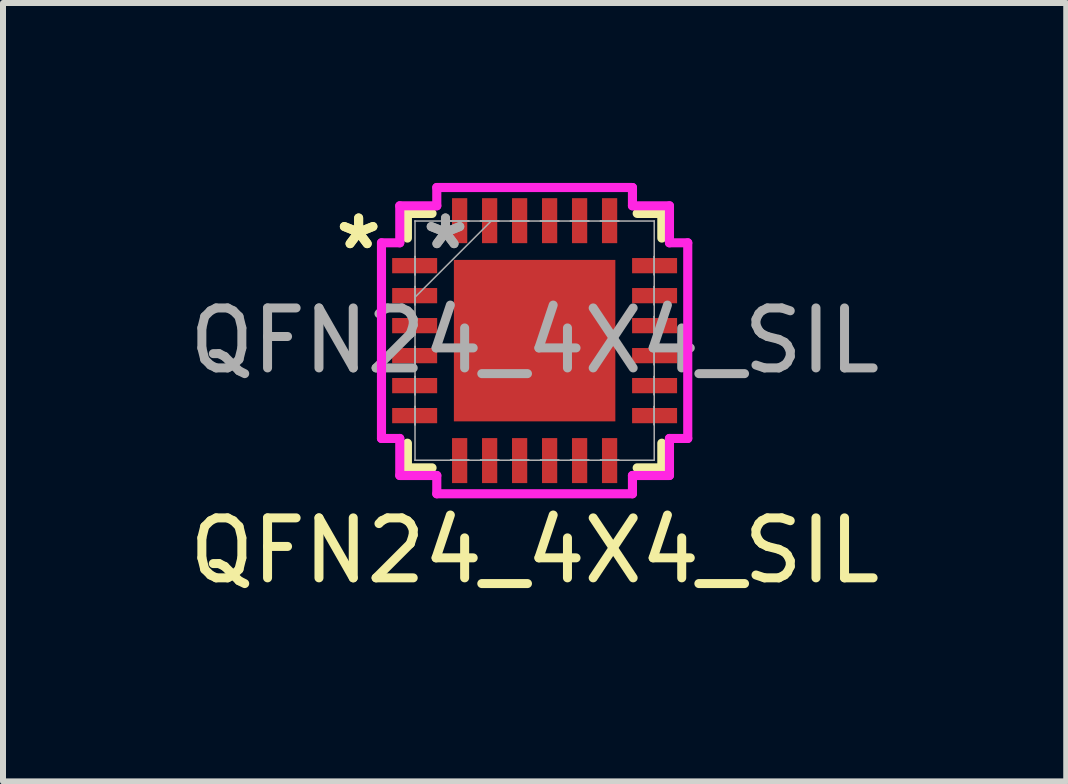
<source format=kicad_pcb>
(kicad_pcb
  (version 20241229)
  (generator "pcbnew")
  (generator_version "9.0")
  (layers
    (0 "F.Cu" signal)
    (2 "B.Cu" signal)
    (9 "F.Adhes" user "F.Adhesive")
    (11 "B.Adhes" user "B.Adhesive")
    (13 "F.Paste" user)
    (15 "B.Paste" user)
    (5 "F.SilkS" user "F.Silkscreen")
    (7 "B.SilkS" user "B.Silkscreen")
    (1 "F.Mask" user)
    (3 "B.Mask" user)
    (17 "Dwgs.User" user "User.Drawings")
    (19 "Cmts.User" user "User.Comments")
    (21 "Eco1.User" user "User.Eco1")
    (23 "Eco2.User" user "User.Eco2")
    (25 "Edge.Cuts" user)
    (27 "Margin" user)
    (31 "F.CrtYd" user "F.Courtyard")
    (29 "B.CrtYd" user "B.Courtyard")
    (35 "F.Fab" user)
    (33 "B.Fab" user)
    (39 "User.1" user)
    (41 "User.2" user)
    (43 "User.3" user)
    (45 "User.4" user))
  (footprint "QFN24_4X4_SIL"
    (layer "F.Cu")
    (at 5.863 2.629)
    (property "Reference" "QFN24_4X4_SIL" (at 0 3.5 0) (unlocked yes) (layer "F.SilkS") (effects (font (size 1 1) (thickness 0.15))))
    (attr smd)
    (fp_line (start -2.121 -2.121) (end -2.121 -1.71) (stroke (width 0.152) (type solid)) (layer "F.SilkS"))
    (fp_line (start -2.121 1.71) (end -2.121 2.121) (stroke (width 0.152) (type solid)) (layer "F.SilkS"))
    (fp_line (start -2.121 2.121) (end -1.71 2.121) (stroke (width 0.152) (type solid)) (layer "F.SilkS"))
    (fp_line (start -1.71 -2.121) (end -2.121 -2.121) (stroke (width 0.152) (type solid)) (layer "F.SilkS"))
    (fp_line (start 1.71 2.121) (end 2.121 2.121) (stroke (width 0.152) (type solid)) (layer "F.SilkS"))
    (fp_line (start 2.121 -2.121) (end 1.71 -2.121) (stroke (width 0.152) (type solid)) (layer "F.SilkS"))
    (fp_line (start 2.121 -1.71) (end 2.121 -2.121) (stroke (width 0.152) (type solid)) (layer "F.SilkS"))
    (fp_line (start 2.121 2.121) (end 2.121 1.71) (stroke (width 0.152) (type solid)) (layer "F.SilkS"))
    (fp_poly (pts (xy -1.246 -1.246) (xy -1.246 -0.1) (xy -0.1 -0.1) (xy -0.1 -1.246)) (stroke (width 0) (type solid)) (fill yes) (layer "F.Paste"))
    (fp_poly (pts (xy -1.246 0.1) (xy -1.246 1.246) (xy -0.1 1.246) (xy -0.1 0.1)) (stroke (width 0) (type solid)) (fill yes) (layer "F.Paste"))
    (fp_poly (pts (xy 0.1 -1.246) (xy 0.1 -0.1) (xy 1.246 -0.1) (xy 1.246 -1.246)) (stroke (width 0) (type solid)) (fill yes) (layer "F.Paste"))
    (fp_poly (pts (xy 0.1 0.1) (xy 0.1 1.246) (xy 1.246 1.246) (xy 1.246 0.1)) (stroke (width 0) (type solid)) (fill yes) (layer "F.Paste"))
    (fp_line (start -2.553 -1.631) (end -2.248 -1.631) (stroke (width 0.152) (type solid)) (layer "F.CrtYd"))
    (fp_line (start -2.553 1.631) (end -2.553 -1.631) (stroke (width 0.152) (type solid)) (layer "F.CrtYd"))
    (fp_line (start -2.248 -2.248) (end -1.631 -2.248) (stroke (width 0.152) (type solid)) (layer "F.CrtYd"))
    (fp_line (start -2.248 -1.631) (end -2.248 -2.248) (stroke (width 0.152) (type solid)) (layer "F.CrtYd"))
    (fp_line (start -2.248 1.631) (end -2.553 1.631) (stroke (width 0.152) (type solid)) (layer "F.CrtYd"))
    (fp_line (start -2.248 2.248) (end -2.248 1.631) (stroke (width 0.152) (type solid)) (layer "F.CrtYd"))
    (fp_line (start -1.631 -2.553) (end 1.631 -2.553) (stroke (width 0.152) (type solid)) (layer "F.CrtYd"))
    (fp_line (start -1.631 -2.248) (end -1.631 -2.553) (stroke (width 0.152) (type solid)) (layer "F.CrtYd"))
    (fp_line (start -1.631 2.248) (end -2.248 2.248) (stroke (width 0.152) (type solid)) (layer "F.CrtYd"))
    (fp_line (start -1.631 2.553) (end -1.631 2.248) (stroke (width 0.152) (type solid)) (layer "F.CrtYd"))
    (fp_line (start 1.631 -2.553) (end 1.631 -2.248) (stroke (width 0.152) (type solid)) (layer "F.CrtYd"))
    (fp_line (start 1.631 -2.248) (end 2.248 -2.248) (stroke (width 0.152) (type solid)) (layer "F.CrtYd"))
    (fp_line (start 1.631 2.248) (end 1.631 2.553) (stroke (width 0.152) (type solid)) (layer "F.CrtYd"))
    (fp_line (start 1.631 2.553) (end -1.631 2.553) (stroke (width 0.152) (type solid)) (layer "F.CrtYd"))
    (fp_line (start 2.248 -2.248) (end 2.248 -1.631) (stroke (width 0.152) (type solid)) (layer "F.CrtYd"))
    (fp_line (start 2.248 -1.631) (end 2.553 -1.631) (stroke (width 0.152) (type solid)) (layer "F.CrtYd"))
    (fp_line (start 2.248 1.631) (end 2.248 2.248) (stroke (width 0.152) (type solid)) (layer "F.CrtYd"))
    (fp_line (start 2.248 2.248) (end 1.631 2.248) (stroke (width 0.152) (type solid)) (layer "F.CrtYd"))
    (fp_line (start 2.553 -1.631) (end 2.553 1.631) (stroke (width 0.152) (type solid)) (layer "F.CrtYd"))
    (fp_line (start 2.553 1.631) (end 2.248 1.631) (stroke (width 0.152) (type solid)) (layer "F.CrtYd"))
    (fp_line (start -1.994 -1.994) (end -1.994 -1.994) (stroke (width 0.025) (type solid)) (layer "F.Fab"))
    (fp_line (start -1.994 -1.994) (end -1.994 1.994) (stroke (width 0.025) (type solid)) (layer "F.Fab"))
    (fp_line (start -1.994 -1.402) (end -1.994 -1.402) (stroke (width 0.025) (type solid)) (layer "F.Fab"))
    (fp_line (start -1.994 -1.402) (end -1.994 -1.098) (stroke (width 0.025) (type solid)) (layer "F.Fab"))
    (fp_line (start -1.994 -1.098) (end -1.994 -1.402) (stroke (width 0.025) (type solid)) (layer "F.Fab"))
    (fp_line (start -1.994 -1.098) (end -1.994 -1.098) (stroke (width 0.025) (type solid)) (layer "F.Fab"))
    (fp_line (start -1.994 -0.902) (end -1.994 -0.902) (stroke (width 0.025) (type solid)) (layer "F.Fab"))
    (fp_line (start -1.994 -0.902) (end -1.994 -0.598) (stroke (width 0.025) (type solid)) (layer "F.Fab"))
    (fp_line (start -1.994 -0.724) (end -0.724 -1.994) (stroke (width 0.025) (type solid)) (layer "F.Fab"))
    (fp_line (start -1.994 -0.598) (end -1.994 -0.902) (stroke (width 0.025) (type solid)) (layer "F.Fab"))
    (fp_line (start -1.994 -0.598) (end -1.994 -0.598) (stroke (width 0.025) (type solid)) (layer "F.Fab"))
    (fp_line (start -1.994 -0.402) (end -1.994 -0.402) (stroke (width 0.025) (type solid)) (layer "F.Fab"))
    (fp_line (start -1.994 -0.402) (end -1.994 -0.098) (stroke (width 0.025) (type solid)) (layer "F.Fab"))
    (fp_line (start -1.994 -0.098) (end -1.994 -0.402) (stroke (width 0.025) (type solid)) (layer "F.Fab"))
    (fp_line (start -1.994 -0.098) (end -1.994 -0.098) (stroke (width 0.025) (type solid)) (layer "F.Fab"))
    (fp_line (start -1.994 0.098) (end -1.994 0.098) (stroke (width 0.025) (type solid)) (layer "F.Fab"))
    (fp_line (start -1.994 0.098) (end -1.994 0.402) (stroke (width 0.025) (type solid)) (layer "F.Fab"))
    (fp_line (start -1.994 0.402) (end -1.994 0.098) (stroke (width 0.025) (type solid)) (layer "F.Fab"))
    (fp_line (start -1.994 0.402) (end -1.994 0.402) (stroke (width 0.025) (type solid)) (layer "F.Fab"))
    (fp_line (start -1.994 0.598) (end -1.994 0.598) (stroke (width 0.025) (type solid)) (layer "F.Fab"))
    (fp_line (start -1.994 0.598) (end -1.994 0.902) (stroke (width 0.025) (type solid)) (layer "F.Fab"))
    (fp_line (start -1.994 0.902) (end -1.994 0.598) (stroke (width 0.025) (type solid)) (layer "F.Fab"))
    (fp_line (start -1.994 0.902) (end -1.994 0.902) (stroke (width 0.025) (type solid)) (layer "F.Fab"))
    (fp_line (start -1.994 1.098) (end -1.994 1.098) (stroke (width 0.025) (type solid)) (layer "F.Fab"))
    (fp_line (start -1.994 1.098) (end -1.994 1.402) (stroke (width 0.025) (type solid)) (layer "F.Fab"))
    (fp_line (start -1.994 1.402) (end -1.994 1.098) (stroke (width 0.025) (type solid)) (layer "F.Fab"))
    (fp_line (start -1.994 1.402) (end -1.994 1.402) (stroke (width 0.025) (type solid)) (layer "F.Fab"))
    (fp_line (start -1.994 1.994) (end -1.994 1.994) (stroke (width 0.025) (type solid)) (layer "F.Fab"))
    (fp_line (start -1.994 1.994) (end 1.994 1.994) (stroke (width 0.025) (type solid)) (layer "F.Fab"))
    (fp_line (start -1.402 -1.994) (end -1.402 -1.994) (stroke (width 0.025) (type solid)) (layer "F.Fab"))
    (fp_line (start -1.402 -1.994) (end -1.098 -1.994) (stroke (width 0.025) (type solid)) (layer "F.Fab"))
    (fp_line (start -1.402 1.994) (end -1.402 1.994) (stroke (width 0.025) (type solid)) (layer "F.Fab"))
    (fp_line (start -1.402 1.994) (end -1.098 1.994) (stroke (width 0.025) (type solid)) (layer "F.Fab"))
    (fp_line (start -1.098 -1.994) (end -1.402 -1.994) (stroke (width 0.025) (type solid)) (layer "F.Fab"))
    (fp_line (start -1.098 -1.994) (end -1.098 -1.994) (stroke (width 0.025) (type solid)) (layer "F.Fab"))
    (fp_line (start -1.098 1.994) (end -1.402 1.994) (stroke (width 0.025) (type solid)) (layer "F.Fab"))
    (fp_line (start -1.098 1.994) (end -1.098 1.994) (stroke (width 0.025) (type solid)) (layer "F.Fab"))
    (fp_line (start -0.902 -1.994) (end -0.902 -1.994) (stroke (width 0.025) (type solid)) (layer "F.Fab"))
    (fp_line (start -0.902 -1.994) (end -0.598 -1.994) (stroke (width 0.025) (type solid)) (layer "F.Fab"))
    (fp_line (start -0.902 1.994) (end -0.902 1.994) (stroke (width 0.025) (type solid)) (layer "F.Fab"))
    (fp_line (start -0.902 1.994) (end -0.598 1.994) (stroke (width 0.025) (type solid)) (layer "F.Fab"))
    (fp_line (start -0.598 -1.994) (end -0.902 -1.994) (stroke (width 0.025) (type solid)) (layer "F.Fab"))
    (fp_line (start -0.598 -1.994) (end -0.598 -1.994) (stroke (width 0.025) (type solid)) (layer "F.Fab"))
    (fp_line (start -0.598 1.994) (end -0.902 1.994) (stroke (width 0.025) (type solid)) (layer "F.Fab"))
    (fp_line (start -0.598 1.994) (end -0.598 1.994) (stroke (width 0.025) (type solid)) (layer "F.Fab"))
    (fp_line (start -0.402 -1.994) (end -0.402 -1.994) (stroke (width 0.025) (type solid)) (layer "F.Fab"))
    (fp_line (start -0.402 -1.994) (end -0.098 -1.994) (stroke (width 0.025) (type solid)) (layer "F.Fab"))
    (fp_line (start -0.402 1.994) (end -0.402 1.994) (stroke (width 0.025) (type solid)) (layer "F.Fab"))
    (fp_line (start -0.402 1.994) (end -0.098 1.994) (stroke (width 0.025) (type solid)) (layer "F.Fab"))
    (fp_line (start -0.098 -1.994) (end -0.402 -1.994) (stroke (width 0.025) (type solid)) (layer "F.Fab"))
    (fp_line (start -0.098 -1.994) (end -0.098 -1.994) (stroke (width 0.025) (type solid)) (layer "F.Fab"))
    (fp_line (start -0.098 1.994) (end -0.402 1.994) (stroke (width 0.025) (type solid)) (layer "F.Fab"))
    (fp_line (start -0.098 1.994) (end -0.098 1.994) (stroke (width 0.025) (type solid)) (layer "F.Fab"))
    (fp_line (start 0.098 -1.994) (end 0.098 -1.994) (stroke (width 0.025) (type solid)) (layer "F.Fab"))
    (fp_line (start 0.098 -1.994) (end 0.402 -1.994) (stroke (width 0.025) (type solid)) (layer "F.Fab"))
    (fp_line (start 0.098 1.994) (end 0.098 1.994) (stroke (width 0.025) (type solid)) (layer "F.Fab"))
    (fp_line (start 0.098 1.994) (end 0.402 1.994) (stroke (width 0.025) (type solid)) (layer "F.Fab"))
    (fp_line (start 0.402 -1.994) (end 0.098 -1.994) (stroke (width 0.025) (type solid)) (layer "F.Fab"))
    (fp_line (start 0.402 -1.994) (end 0.402 -1.994) (stroke (width 0.025) (type solid)) (layer "F.Fab"))
    (fp_line (start 0.402 1.994) (end 0.098 1.994) (stroke (width 0.025) (type solid)) (layer "F.Fab"))
    (fp_line (start 0.402 1.994) (end 0.402 1.994) (stroke (width 0.025) (type solid)) (layer "F.Fab"))
    (fp_line (start 0.598 -1.994) (end 0.598 -1.994) (stroke (width 0.025) (type solid)) (layer "F.Fab"))
    (fp_line (start 0.598 -1.994) (end 0.902 -1.994) (stroke (width 0.025) (type solid)) (layer "F.Fab"))
    (fp_line (start 0.598 1.994) (end 0.598 1.994) (stroke (width 0.025) (type solid)) (layer "F.Fab"))
    (fp_line (start 0.598 1.994) (end 0.902 1.994) (stroke (width 0.025) (type solid)) (layer "F.Fab"))
    (fp_line (start 0.902 -1.994) (end 0.598 -1.994) (stroke (width 0.025) (type solid)) (layer "F.Fab"))
    (fp_line (start 0.902 -1.994) (end 0.902 -1.994) (stroke (width 0.025) (type solid)) (layer "F.Fab"))
    (fp_line (start 0.902 1.994) (end 0.598 1.994) (stroke (width 0.025) (type solid)) (layer "F.Fab"))
    (fp_line (start 0.902 1.994) (end 0.902 1.994) (stroke (width 0.025) (type solid)) (layer "F.Fab"))
    (fp_line (start 1.098 -1.994) (end 1.098 -1.994) (stroke (width 0.025) (type solid)) (layer "F.Fab"))
    (fp_line (start 1.098 -1.994) (end 1.402 -1.994) (stroke (width 0.025) (type solid)) (layer "F.Fab"))
    (fp_line (start 1.098 1.994) (end 1.098 1.994) (stroke (width 0.025) (type solid)) (layer "F.Fab"))
    (fp_line (start 1.098 1.994) (end 1.402 1.994) (stroke (width 0.025) (type solid)) (layer "F.Fab"))
    (fp_line (start 1.402 -1.994) (end 1.098 -1.994) (stroke (width 0.025) (type solid)) (layer "F.Fab"))
    (fp_line (start 1.402 -1.994) (end 1.402 -1.994) (stroke (width 0.025) (type solid)) (layer "F.Fab"))
    (fp_line (start 1.402 1.994) (end 1.098 1.994) (stroke (width 0.025) (type solid)) (layer "F.Fab"))
    (fp_line (start 1.402 1.994) (end 1.402 1.994) (stroke (width 0.025) (type solid)) (layer "F.Fab"))
    (fp_line (start 1.994 -1.994) (end -1.994 -1.994) (stroke (width 0.025) (type solid)) (layer "F.Fab"))
    (fp_line (start 1.994 -1.994) (end 1.994 -1.994) (stroke (width 0.025) (type solid)) (layer "F.Fab"))
    (fp_line (start 1.994 -1.402) (end 1.994 -1.402) (stroke (width 0.025) (type solid)) (layer "F.Fab"))
    (fp_line (start 1.994 -1.402) (end 1.994 -1.098) (stroke (width 0.025) (type solid)) (layer "F.Fab"))
    (fp_line (start 1.994 -1.098) (end 1.994 -1.402) (stroke (width 0.025) (type solid)) (layer "F.Fab"))
    (fp_line (start 1.994 -1.098) (end 1.994 -1.098) (stroke (width 0.025) (type solid)) (layer "F.Fab"))
    (fp_line (start 1.994 -0.902) (end 1.994 -0.902) (stroke (width 0.025) (type solid)) (layer "F.Fab"))
    (fp_line (start 1.994 -0.902) (end 1.994 -0.598) (stroke (width 0.025) (type solid)) (layer "F.Fab"))
    (fp_line (start 1.994 -0.598) (end 1.994 -0.902) (stroke (width 0.025) (type solid)) (layer "F.Fab"))
    (fp_line (start 1.994 -0.598) (end 1.994 -0.598) (stroke (width 0.025) (type solid)) (layer "F.Fab"))
    (fp_line (start 1.994 -0.402) (end 1.994 -0.402) (stroke (width 0.025) (type solid)) (layer "F.Fab"))
    (fp_line (start 1.994 -0.402) (end 1.994 -0.098) (stroke (width 0.025) (type solid)) (layer "F.Fab"))
    (fp_line (start 1.994 -0.098) (end 1.994 -0.402) (stroke (width 0.025) (type solid)) (layer "F.Fab"))
    (fp_line (start 1.994 -0.098) (end 1.994 -0.098) (stroke (width 0.025) (type solid)) (layer "F.Fab"))
    (fp_line (start 1.994 0.098) (end 1.994 0.098) (stroke (width 0.025) (type solid)) (layer "F.Fab"))
    (fp_line (start 1.994 0.098) (end 1.994 0.402) (stroke (width 0.025) (type solid)) (layer "F.Fab"))
    (fp_line (start 1.994 0.402) (end 1.994 0.098) (stroke (width 0.025) (type solid)) (layer "F.Fab"))
    (fp_line (start 1.994 0.402) (end 1.994 0.402) (stroke (width 0.025) (type solid)) (layer "F.Fab"))
    (fp_line (start 1.994 0.598) (end 1.994 0.598) (stroke (width 0.025) (type solid)) (layer "F.Fab"))
    (fp_line (start 1.994 0.598) (end 1.994 0.902) (stroke (width 0.025) (type solid)) (layer "F.Fab"))
    (fp_line (start 1.994 0.902) (end 1.994 0.598) (stroke (width 0.025) (type solid)) (layer "F.Fab"))
    (fp_line (start 1.994 0.902) (end 1.994 0.902) (stroke (width 0.025) (type solid)) (layer "F.Fab"))
    (fp_line (start 1.994 1.098) (end 1.994 1.098) (stroke (width 0.025) (type solid)) (layer "F.Fab"))
    (fp_line (start 1.994 1.098) (end 1.994 1.402) (stroke (width 0.025) (type solid)) (layer "F.Fab"))
    (fp_line (start 1.994 1.402) (end 1.994 1.098) (stroke (width 0.025) (type solid)) (layer "F.Fab"))
    (fp_line (start 1.994 1.402) (end 1.994 1.402) (stroke (width 0.025) (type solid)) (layer "F.Fab"))
    (fp_line (start 1.994 1.994) (end 1.994 -1.994) (stroke (width 0.025) (type solid)) (layer "F.Fab"))
    (fp_line (start 1.994 1.994) (end 1.994 1.994) (stroke (width 0.025) (type solid)) (layer "F.Fab"))
    (fp_text user "*" (at -2.934 -1.5 0) (unlocked yes) (layer "F.SilkS") (effects (font (size 1 1) (thickness 0.15))))
    (fp_text user "*" (at -2.934 -1.5 0) (layer "F.SilkS") (effects (font (size 1 1) (thickness 0.15))))
    (fp_text user "*" (at -1.486 -1.5 0) (unlocked yes) (layer "F.Fab") (effects (font (size 1 1) (thickness 0.15))))
    (fp_text user "${REFERENCE}" (at 0 0 0) (unlocked yes) (layer "F.Fab") (effects (font (size 1 1) (thickness 0.15))))
    (fp_text user "*" (at -1.486 -1.5 0) (layer "F.Fab") (effects (font (size 1 1) (thickness 0.15))))
    (pad "1" smd rect (at -2 -1.25 90) (size 0.254 0.75) (layers "F.Cu" "F.Mask" "F.Paste"))
    (pad "2" smd rect (at -2 -0.75 90) (size 0.254 0.75) (layers "F.Cu" "F.Mask" "F.Paste"))
    (pad "3" smd rect (at -2 -0.25 90) (size 0.254 0.75) (layers "F.Cu" "F.Mask" "F.Paste"))
    (pad "4" smd rect (at -2 0.25 90) (size 0.254 0.75) (layers "F.Cu" "F.Mask" "F.Paste"))
    (pad "5" smd rect (at -2 0.75 90) (size 0.254 0.75) (layers "F.Cu" "F.Mask" "F.Paste"))
    (pad "6" smd rect (at -2 1.25 90) (size 0.254 0.75) (layers "F.Cu" "F.Mask" "F.Paste"))
    (pad "7" smd rect (at -1.25 2) (size 0.254 0.75) (layers "F.Cu" "F.Mask" "F.Paste"))
    (pad "8" smd rect (at -0.75 2) (size 0.254 0.75) (layers "F.Cu" "F.Mask" "F.Paste"))
    (pad "9" smd rect (at -0.25 2) (size 0.254 0.75) (layers "F.Cu" "F.Mask" "F.Paste"))
    (pad "10" smd rect (at 0.25 2) (size 0.254 0.75) (layers "F.Cu" "F.Mask" "F.Paste"))
    (pad "11" smd rect (at 0.75 2) (size 0.254 0.75) (layers "F.Cu" "F.Mask" "F.Paste"))
    (pad "12" smd rect (at 1.25 2) (size 0.254 0.75) (layers "F.Cu" "F.Mask" "F.Paste"))
    (pad "13" smd rect (at 2 1.25 90) (size 0.254 0.75) (layers "F.Cu" "F.Mask" "F.Paste"))
    (pad "14" smd rect (at 2 0.75 90) (size 0.254 0.75) (layers "F.Cu" "F.Mask" "F.Paste"))
    (pad "15" smd rect (at 2 0.25 90) (size 0.254 0.75) (layers "F.Cu" "F.Mask" "F.Paste"))
    (pad "16" smd rect (at 2 -0.25 90) (size 0.254 0.75) (layers "F.Cu" "F.Mask" "F.Paste"))
    (pad "17" smd rect (at 2 -0.75 90) (size 0.254 0.75) (layers "F.Cu" "F.Mask" "F.Paste"))
    (pad "18" smd rect (at 2 -1.25 90) (size 0.254 0.75) (layers "F.Cu" "F.Mask" "F.Paste"))
    (pad "19" smd rect (at 1.25 -2) (size 0.254 0.75) (layers "F.Cu" "F.Mask" "F.Paste"))
    (pad "20" smd rect (at 0.75 -2) (size 0.254 0.75) (layers "F.Cu" "F.Mask" "F.Paste"))
    (pad "21" smd rect (at 0.25 -2) (size 0.254 0.75) (layers "F.Cu" "F.Mask" "F.Paste"))
    (pad "22" smd rect (at -0.25 -2) (size 0.254 0.75) (layers "F.Cu" "F.Mask" "F.Paste"))
    (pad "23" smd rect (at -0.75 -2) (size 0.254 0.75) (layers "F.Cu" "F.Mask" "F.Paste"))
    (pad "24" smd rect (at -1.25 -2) (size 0.254 0.75) (layers "F.Cu" "F.Mask" "F.Paste"))
    (pad "25" smd rect (at 0 0) (size 2.692 2.692) (layers "F.Cu" "F.Mask" "F.Paste")))
  (gr_rect
    (start -3 -3)
    (end 14.726 9.977)
    (stroke (width 0.1) (type default))
    (fill no)
    (layer "Edge.Cuts")))
</source>
